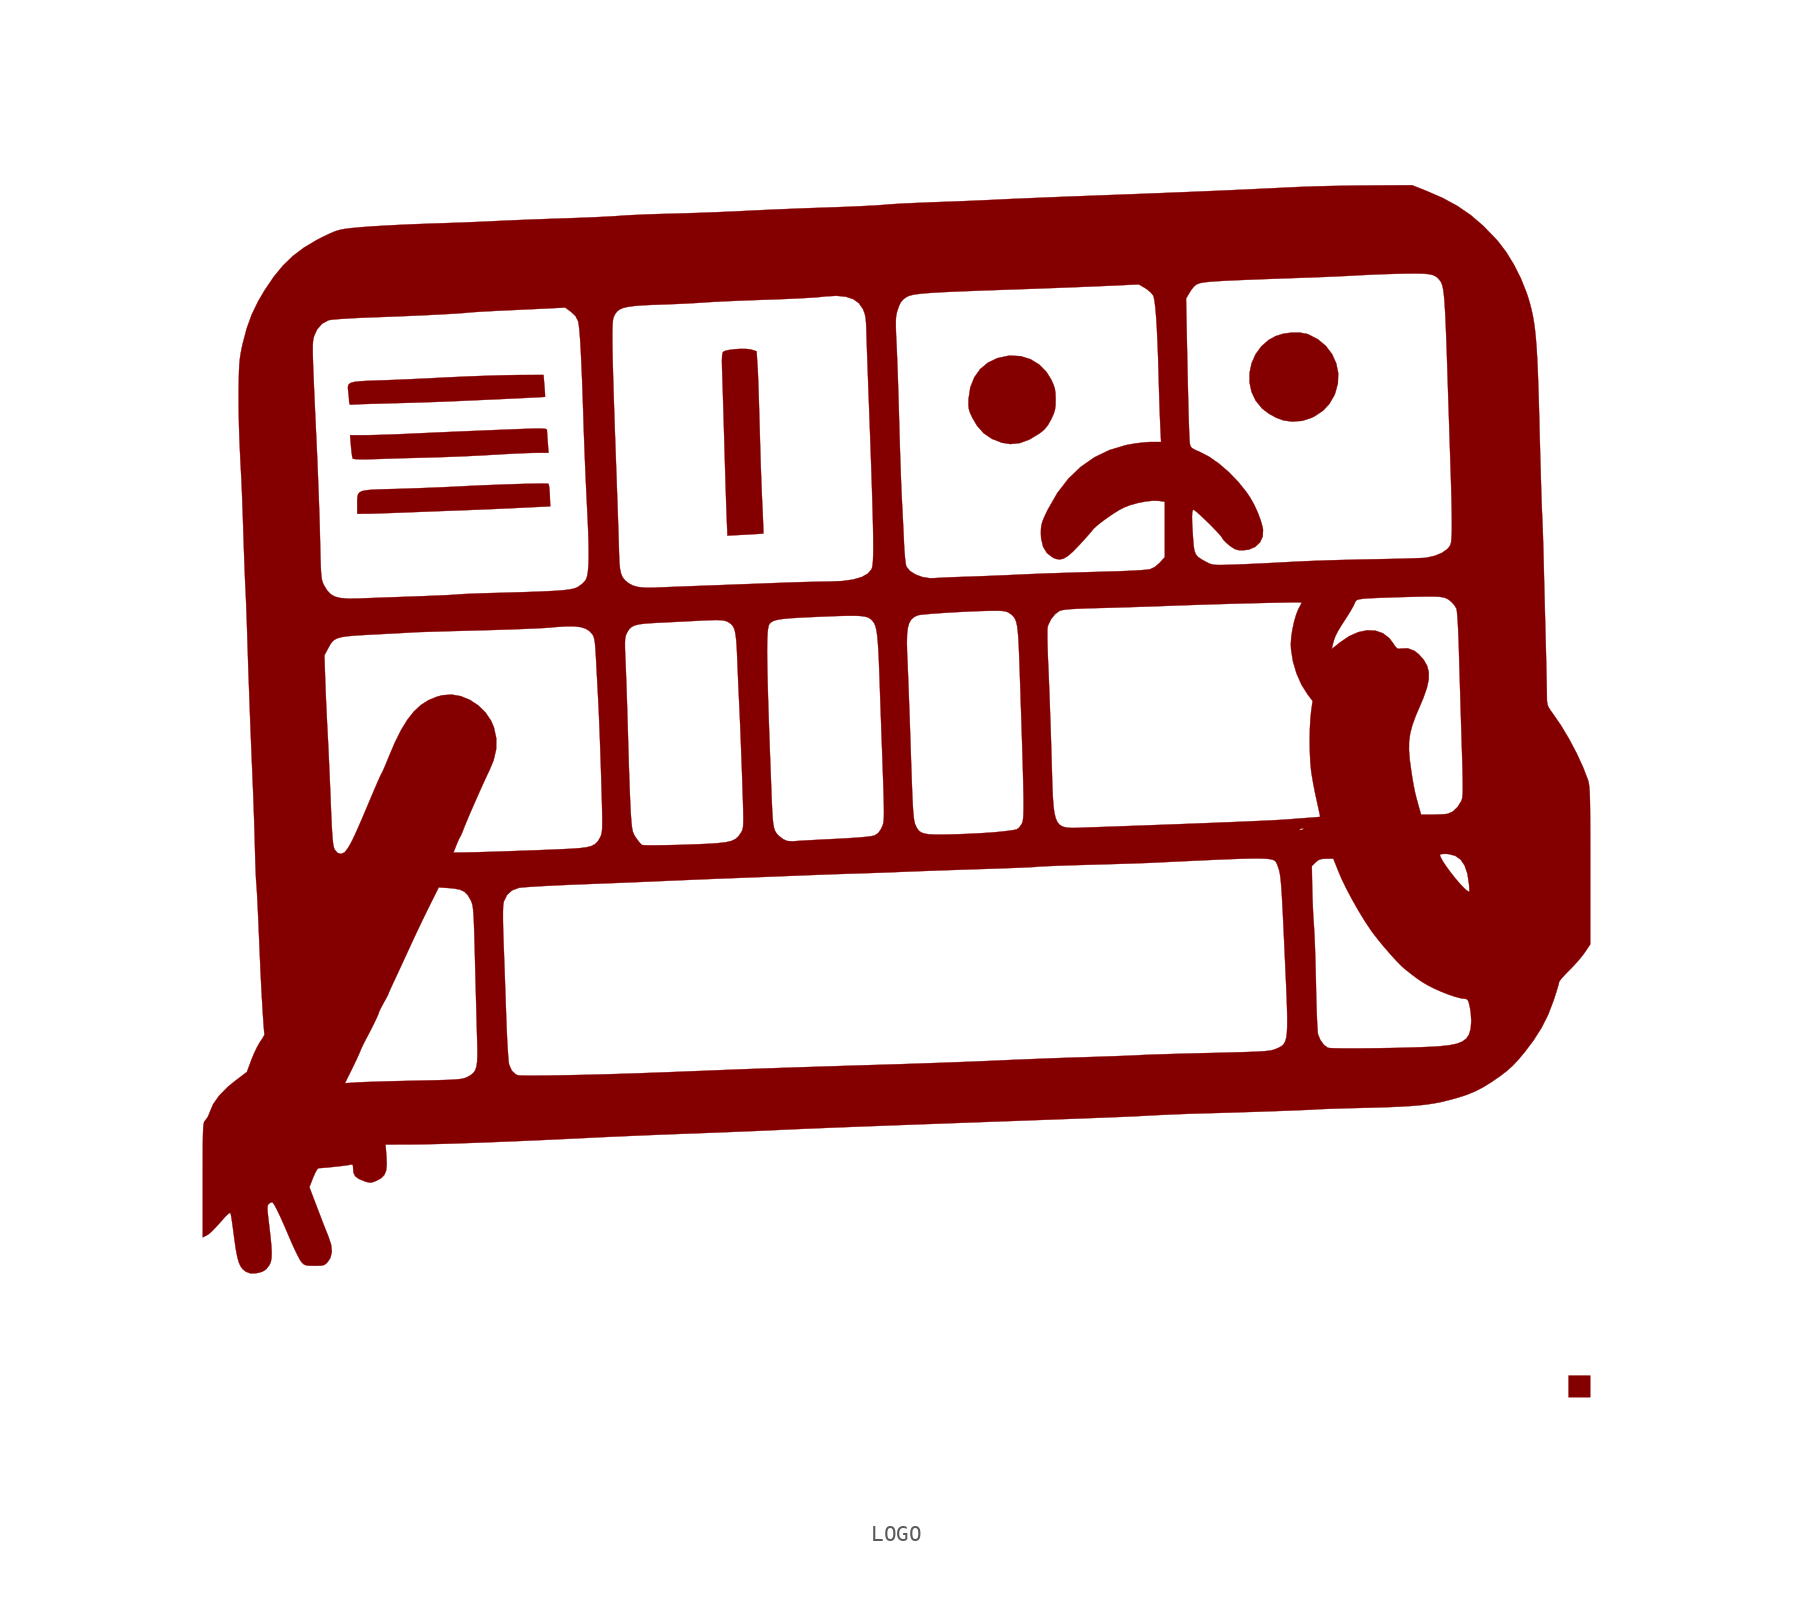
<source format=kicad_sym>
(kicad_symbol_lib
  (version 20210619)
  (generator bitmap2component)
  (symbol "LOGO"
    (pin_names
      (offset 1.016))
    (property "Reference" "#G"
      (at 0 42.714 0)
      (effects (font (size 1.27 1.27)) hide))
    (symbol "LOGO_0_0"
      (polyline (pts (xy 43.349 -41.995) (xy 41.995 -41.995) (xy 41.995 -43.349) (xy 43.349 -43.349) (xy 43.349 -41.995)) (stroke (width 0.01)) (fill (type outline)))
      (polyline (pts (xy -40.065 -35.607) (xy -39.983 -35.596) (xy -39.636 -35.511) (xy -39.391 -35.359) (xy -39.197 -35.11) (xy -39.145 -35.013) (xy -39.082 -34.826) (xy -39.048 -34.586) (xy -39.042 -34.27) (xy -39.065 -33.855) (xy -39.116 -33.319) (xy -39.195 -32.639) (xy -39.201 -32.593) (xy -39.258 -32.114) (xy -39.293 -31.774) (xy -39.306 -31.546) (xy -39.297 -31.403) (xy -39.268 -31.317) (xy -39.218 -31.263) (xy -39.132 -31.204) (xy -39.016 -31.157) (xy -38.989 -31.171) (xy -38.884 -31.315) (xy -38.724 -31.612) (xy -38.51 -32.059) (xy -38.245 -32.651) (xy -37.931 -33.385) (xy -37.826 -33.63) (xy -37.631 -34.062) (xy -37.45 -34.438) (xy -37.298 -34.725) (xy -37.193 -34.888) (xy -37.15 -34.939) (xy -37.033 -35.048) (xy -36.897 -35.107) (xy -36.69 -35.132) (xy -36.364 -35.137) (xy -36.218 -35.136) (xy -35.946 -35.126) (xy -35.773 -35.089) (xy -35.65 -35.011) (xy -35.525 -34.876) (xy -35.367 -34.626) (xy -35.282 -34.253) (xy -35.329 -33.808) (xy -35.509 -33.274) (xy -35.552 -33.169) (xy -35.675 -32.862) (xy -35.833 -32.457) (xy -36.012 -31.994) (xy -36.195 -31.515) (xy -36.686 -30.222) (xy -36.454 -29.631) (xy -36.435 -29.583) (xy -36.311 -29.307) (xy -36.2 -29.112) (xy -36.124 -29.037) (xy -35.964 -29.028) (xy -35.653 -29.003) (xy -35.284 -28.967) (xy -34.904 -28.927) (xy -34.556 -28.886) (xy -34.287 -28.85) (xy -34.142 -28.823) (xy -34.113 -28.815) (xy -34.005 -28.807) (xy -33.96 -28.89) (xy -33.951 -29.102) (xy -33.931 -29.317) (xy -33.827 -29.534) (xy -33.609 -29.703) (xy -33.251 -29.852) (xy -33.107 -29.899) (xy -32.904 -29.94) (xy -32.725 -29.914) (xy -32.481 -29.816) (xy -32.194 -29.658) (xy -32.002 -29.461) (xy -31.892 -29.194) (xy -31.852 -28.826) (xy -31.87 -28.326) (xy -31.926 -27.559) (xy -30.208 -27.553) (xy -29.992 -27.551) (xy -29.342 -27.541) (xy -28.548 -27.522) (xy -27.627 -27.495) (xy -26.596 -27.46) (xy -25.473 -27.419) (xy -24.276 -27.371) (xy -23.021 -27.319) (xy -21.728 -27.261) (xy -20.412 -27.199) (xy -19.092 -27.134) (xy -18.575 -27.108) (xy -17.776 -27.071) (xy -16.879 -27.032) (xy -15.924 -26.991) (xy -14.953 -26.951) (xy -14.006 -26.914) (xy -13.123 -26.881) (xy -12.324 -26.852) (xy -11.464 -26.819) (xy -10.611 -26.786) (xy -9.797 -26.753) (xy -9.055 -26.723) (xy -8.417 -26.695) (xy -7.916 -26.673) (xy -7.75 -26.665) (xy -7.228 -26.641) (xy -6.693 -26.617) (xy -6.136 -26.592) (xy -5.545 -26.567) (xy -4.908 -26.541) (xy -4.215 -26.513) (xy -3.453 -26.483) (xy -2.613 -26.45) (xy -1.682 -26.415) (xy -0.649 -26.376) (xy 0.497 -26.334) (xy 1.767 -26.287) (xy 3.172 -26.236) (xy 4.724 -26.179) (xy 6.435 -26.117) (xy 7.443 -26.081) (xy 8.695 -26.035) (xy 9.799 -25.995) (xy 10.767 -25.959) (xy 11.611 -25.928) (xy 12.345 -25.9) (xy 12.979 -25.876) (xy 13.526 -25.854) (xy 13.999 -25.835) (xy 14.41 -25.817) (xy 14.771 -25.801) (xy 15.094 -25.785) (xy 15.392 -25.77) (xy 15.676 -25.755) (xy 15.96 -25.739) (xy 16.453 -25.714) (xy 17.115 -25.684) (xy 17.836 -25.655) (xy 18.557 -25.629) (xy 19.219 -25.61) (xy 19.966 -25.59) (xy 20.768 -25.566) (xy 21.588 -25.541) (xy 22.405 -25.515) (xy 23.198 -25.488) (xy 23.946 -25.462) (xy 24.629 -25.437) (xy 25.225 -25.413) (xy 25.714 -25.392) (xy 26.076 -25.375) (xy 26.289 -25.361) (xy 26.464 -25.351) (xy 26.792 -25.337) (xy 27.238 -25.321) (xy 27.772 -25.304) (xy 28.368 -25.288) (xy 28.998 -25.272) (xy 29.994 -25.247) (xy 30.85 -25.219) (xy 31.579 -25.186) (xy 32.201 -25.148) (xy 32.737 -25.102) (xy 33.208 -25.047) (xy 33.636 -24.98) (xy 34.04 -24.9) (xy 34.442 -24.805) (xy 34.954 -24.669) (xy 35.589 -24.468) (xy 36.138 -24.246) (xy 36.652 -23.982) (xy 37.181 -23.654) (xy 37.677 -23.314) (xy 38.115 -22.981) (xy 38.49 -22.647) (xy 38.847 -22.271) (xy 39.232 -21.812) (xy 39.8 -21.061) (xy 40.311 -20.258) (xy 40.721 -19.442) (xy 41.057 -18.565) (xy 41.074 -18.513) (xy 41.202 -18.118) (xy 41.306 -17.78) (xy 41.376 -17.533) (xy 41.402 -17.411) (xy 41.434 -17.343) (xy 41.567 -17.172) (xy 41.778 -16.938) (xy 42.043 -16.669) (xy 42.197 -16.515) (xy 42.516 -16.171) (xy 42.805 -15.83) (xy 43.017 -15.548) (xy 43.349 -15.051) (xy 43.349 -9.789) (xy 43.349 -8.794) (xy 43.347 -7.95) (xy 43.345 -7.244) (xy 43.34 -6.66) (xy 43.333 -6.185) (xy 43.324 -5.804) (xy 43.311 -5.505) (xy 43.296 -5.272) (xy 43.276 -5.091) (xy 43.252 -4.95) (xy 43.223 -4.832) (xy 43.189 -4.726) (xy 42.911 -4.006) (xy 42.505 -3.12) (xy 42.032 -2.223) (xy 41.525 -1.374) (xy 41.012 -0.628) (xy 40.892 -0.466) (xy 40.75 -0.247) (xy 40.674 -0.056) (xy 40.644 0.173) (xy 40.639 0.506) (xy 40.637 0.684) (xy 40.631 1.038) (xy 40.622 1.517) (xy 40.609 2.096) (xy 40.594 2.751) (xy 40.576 3.458) (xy 40.557 4.191) (xy 40.548 4.556) (xy 40.526 5.394) (xy 40.504 6.258) (xy 40.482 7.107) (xy 40.462 7.905) (xy 40.445 8.611) (xy 40.431 9.186) (xy 40.426 9.392) (xy 40.409 10.002) (xy 40.391 10.59) (xy 40.372 11.119) (xy 40.355 11.552) (xy 40.339 11.853) (xy 40.333 11.981) (xy 40.32 12.303) (xy 40.304 12.763) (xy 40.286 13.345) (xy 40.265 14.03) (xy 40.243 14.8) (xy 40.22 15.637) (xy 40.197 16.524) (xy 40.173 17.441) (xy 40.167 17.702) (xy 40.135 18.886) (xy 40.103 19.918) (xy 40.07 20.814) (xy 40.034 21.591) (xy 39.995 22.262) (xy 39.949 22.843) (xy 39.897 23.35) (xy 39.838 23.798) (xy 39.768 24.202) (xy 39.688 24.577) (xy 39.597 24.938) (xy 39.492 25.302) (xy 39.364 25.691) (xy 39.008 26.575) (xy 38.577 27.431) (xy 38.096 28.214) (xy 37.592 28.874) (xy 37.428 29.059) (xy 36.658 29.853) (xy 35.876 30.522) (xy 35.042 31.093) (xy 34.117 31.594) (xy 33.062 32.052) (xy 32.216 32.385) (xy 29.464 32.37) (xy 29.376 32.37) (xy 28.59 32.362) (xy 27.763 32.349) (xy 26.938 32.332) (xy 26.157 32.312) (xy 25.461 32.289) (xy 24.892 32.265) (xy 24.302 32.236) (xy 23.206 32.183) (xy 22.134 32.132) (xy 21.066 32.083) (xy 19.978 32.035) (xy 18.85 31.988) (xy 17.66 31.939) (xy 16.387 31.888) (xy 15.009 31.835) (xy 13.505 31.778) (xy 11.853 31.716) (xy 11.8 31.714) (xy 10.957 31.682) (xy 10.095 31.649) (xy 9.246 31.615) (xy 8.441 31.581) (xy 7.712 31.55) (xy 7.089 31.523) (xy 6.604 31.5) (xy 6.082 31.474) (xy 5.411 31.444) (xy 4.744 31.414) (xy 4.135 31.389) (xy 3.641 31.37) (xy 3.305 31.358) (xy 2.432 31.326) (xy 1.7 31.298) (xy 1.091 31.272) (xy 0.582 31.249) (xy 0.154 31.226) (xy -0.213 31.204) (xy -0.54 31.18) (xy -0.847 31.154) (xy -0.947 31.146) (xy -1.313 31.122) (xy -1.808 31.095) (xy -2.403 31.067) (xy -3.067 31.038) (xy -3.772 31.011) (xy -4.487 30.986) (xy -5.286 30.959) (xy -6.176 30.925) (xy -7.094 30.888) (xy -7.991 30.85) (xy -8.818 30.812) (xy -9.525 30.777) (xy -9.777 30.764) (xy -10.596 30.726) (xy -11.496 30.689) (xy -12.414 30.655) (xy -13.288 30.627) (xy -14.055 30.606) (xy -14.515 30.595) (xy -15.181 30.574) (xy -15.821 30.55) (xy -16.4 30.525) (xy -16.881 30.5) (xy -17.23 30.476) (xy -17.3 30.47) (xy -17.665 30.446) (xy -18.16 30.419) (xy -18.754 30.39) (xy -19.417 30.362) (xy -20.119 30.335) (xy -20.828 30.311) (xy -20.888 30.309) (xy -21.644 30.283) (xy -22.429 30.255) (xy -23.203 30.225) (xy -23.926 30.196) (xy -24.558 30.168) (xy -25.061 30.144) (xy -25.445 30.125) (xy -26.148 30.094) (xy -26.907 30.062) (xy -27.654 30.035) (xy -28.321 30.012) (xy -28.98 29.991) (xy -30.046 29.952) (xy -31.052 29.908) (xy -31.976 29.86) (xy -32.796 29.811) (xy -33.49 29.76) (xy -34.036 29.709) (xy -34.164 29.695) (xy -34.533 29.646) (xy -34.832 29.584) (xy -35.116 29.493) (xy -35.439 29.355) (xy -35.856 29.153) (xy -36.24 28.956) (xy -37.032 28.483) (xy -37.72 27.963) (xy -38.337 27.365) (xy -38.916 26.659) (xy -39.487 25.816) (xy -39.892 25.126) (xy -40.29 24.302) (xy -40.602 23.441) (xy -40.856 22.479) (xy -40.917 22.2) (xy -36.476 22.2) (xy -36.472 22.418) (xy -36.462 22.586) (xy -36.447 22.716) (xy -36.427 22.822) (xy -36.402 22.914) (xy -36.372 23.006) (xy -36.204 23.37) (xy -35.894 23.726) (xy -35.487 23.948) (xy -35.464 23.954) (xy -35.27 23.982) (xy -34.937 24.013) (xy -34.488 24.044) (xy -33.949 24.075) (xy -33.343 24.104) (xy -32.693 24.129) (xy -31.948 24.156) (xy -31.053 24.191) (xy -30.187 24.228) (xy -29.369 24.265) (xy -28.62 24.303) (xy -27.959 24.339) (xy -27.408 24.372) (xy -26.985 24.403) (xy -26.712 24.429) (xy -26.677 24.433) (xy -26.45 24.451) (xy -26.093 24.474) (xy -25.638 24.5) (xy -25.114 24.528) (xy -24.553 24.555) (xy -24.526 24.556) (xy -23.905 24.585) (xy -23.266 24.615) (xy -22.658 24.643) (xy -22.126 24.669) (xy -21.717 24.689) (xy -20.701 24.739) (xy -20.346 24.48) (xy -20.065 24.219) (xy -19.898 23.9) (xy -19.897 23.895) (xy -19.855 23.671) (xy -19.813 23.294) (xy -19.779 22.859) (xy -17.755 22.859) (xy -17.753 23.235) (xy -17.747 23.535) (xy -17.735 23.767) (xy -17.718 23.941) (xy -17.696 24.065) (xy -17.67 24.149) (xy -17.663 24.166) (xy -17.569 24.352) (xy -17.454 24.502) (xy -17.297 24.62) (xy -17.082 24.713) (xy -16.79 24.783) (xy -16.401 24.836) (xy -15.899 24.876) (xy -15.264 24.908) (xy -14.478 24.935) (xy -14.217 24.944) (xy -13.604 24.969) (xy -12.98 24.999) (xy -12.404 25.031) (xy -11.938 25.063) (xy -11.836 25.07) (xy -11.431 25.095) (xy -10.899 25.122) (xy -10.272 25.15) (xy -9.579 25.179) (xy -8.854 25.206) (xy -8.128 25.231) (xy -7.824 25.241) (xy -7.124 25.267) (xy -6.457 25.296) (xy -5.85 25.326) (xy -5.33 25.357) (xy -4.925 25.385) (xy -4.661 25.411) (xy -4.474 25.434) (xy -3.756 25.474) (xy -3.169 25.419) (xy -2.704 25.267) (xy -2.353 25.016) (xy -2.106 24.662) (xy -2.067 24.577) (xy -1.986 24.356) (xy -1.933 24.105) (xy -1.907 23.828) (xy -0.044 23.828) (xy -0.033 24.099) (xy -0.005 24.308) (xy 0.038 24.485) (xy 0.152 24.828) (xy 0.271 25.073) (xy 0.42 25.246) (xy 0.628 25.396) (xy 0.664 25.417) (xy 0.775 25.466) (xy 0.922 25.511) (xy 1.117 25.551) (xy 1.371 25.587) (xy 1.698 25.622) (xy 2.11 25.654) (xy 2.617 25.685) (xy 3.234 25.717) (xy 3.971 25.749) (xy 4.84 25.783) (xy 5.855 25.82) (xy 7.027 25.861) (xy 7.234 25.868) (xy 8.134 25.899) (xy 9.061 25.933) (xy 9.984 25.967) (xy 10.868 26.001) (xy 11.683 26.033) (xy 12.393 26.062) (xy 12.968 26.088) (xy 15.141 26.187) (xy 15.529 25.959) (xy 15.662 25.872) (xy 15.894 25.675) (xy 16.041 25.492) (xy 16.065 25.428) (xy 16.092 25.299) (xy 18.093 25.299) (xy 18.32 25.687) (xy 18.409 25.826) (xy 18.579 26.042) (xy 18.723 26.168) (xy 18.724 26.169) (xy 18.802 26.207) (xy 18.891 26.242) (xy 19.001 26.273) (xy 19.145 26.301) (xy 19.334 26.327) (xy 19.578 26.352) (xy 19.889 26.376) (xy 20.279 26.4) (xy 20.759 26.425) (xy 21.341 26.451) (xy 22.035 26.48) (xy 22.852 26.511) (xy 23.805 26.546) (xy 24.905 26.585) (xy 26.162 26.629) (xy 26.351 26.636) (xy 26.964 26.661) (xy 27.65 26.692) (xy 28.337 26.725) (xy 28.956 26.759) (xy 29.139 26.768) (xy 29.808 26.8) (xy 30.539 26.828) (xy 31.254 26.849) (xy 31.877 26.862) (xy 32.443 26.866) (xy 32.905 26.857) (xy 33.249 26.829) (xy 33.502 26.775) (xy 33.689 26.691) (xy 33.838 26.569) (xy 33.973 26.406) (xy 34.018 26.337) (xy 34.071 26.222) (xy 34.118 26.068) (xy 34.159 25.862) (xy 34.196 25.592) (xy 34.23 25.243) (xy 34.261 24.804) (xy 34.292 24.261) (xy 34.322 23.6) (xy 34.353 22.809) (xy 34.386 21.876) (xy 34.422 20.786) (xy 34.439 20.266) (xy 34.47 19.299) (xy 34.503 18.307) (xy 34.535 17.321) (xy 34.566 16.375) (xy 34.594 15.501) (xy 34.619 14.73) (xy 34.64 14.097) (xy 34.643 14.006) (xy 34.663 13.318) (xy 34.68 12.647) (xy 34.692 12.023) (xy 34.7 11.476) (xy 34.701 11.037) (xy 34.697 10.737) (xy 34.697 10.726) (xy 34.681 10.345) (xy 34.657 10.09) (xy 34.613 9.919) (xy 34.539 9.79) (xy 34.425 9.66) (xy 34.403 9.638) (xy 34.076 9.409) (xy 33.629 9.227) (xy 33.105 9.11) (xy 33.069 9.106) (xy 32.86 9.093) (xy 32.513 9.079) (xy 32.053 9.063) (xy 31.502 9.048) (xy 30.885 9.034) (xy 30.226 9.02) (xy 29.85 9.013) (xy 28.776 8.992) (xy 27.829 8.969) (xy 26.977 8.945) (xy 26.188 8.917) (xy 25.43 8.886) (xy 24.67 8.849) (xy 23.876 8.806) (xy 23.773 8.8) (xy 23.133 8.767) (xy 22.425 8.733) (xy 21.727 8.703) (xy 21.119 8.679) (xy 20.679 8.665) (xy 20.288 8.656) (xy 20.006 8.659) (xy 19.803 8.677) (xy 19.646 8.713) (xy 19.503 8.77) (xy 19.341 8.852) (xy 19.064 9.004) (xy 18.845 9.155) (xy 18.703 9.322) (xy 18.618 9.544) (xy 18.568 9.859) (xy 18.532 10.305) (xy 18.502 10.756) (xy 18.474 11.282) (xy 18.465 11.666) (xy 18.476 11.921) (xy 18.505 12.063) (xy 18.554 12.107) (xy 18.624 12.07) (xy 18.795 11.932) (xy 19.033 11.718) (xy 19.311 11.455) (xy 19.602 11.169) (xy 19.88 10.886) (xy 20.118 10.633) (xy 20.288 10.437) (xy 20.364 10.324) (xy 20.419 10.236) (xy 20.581 10.063) (xy 20.802 9.873) (xy 20.878 9.815) (xy 21.12 9.658) (xy 21.343 9.585) (xy 21.625 9.568) (xy 22.031 9.618) (xy 22.424 9.792) (xy 22.714 10.069) (xy 22.881 10.431) (xy 22.904 10.856) (xy 22.879 11.007) (xy 22.757 11.447) (xy 22.57 11.944) (xy 22.339 12.444) (xy 22.087 12.888) (xy 21.864 13.215) (xy 21.348 13.857) (xy 20.766 14.458) (xy 20.151 14.989) (xy 19.535 15.42) (xy 18.95 15.723) (xy 18.945 15.725) (xy 18.643 15.857) (xy 18.464 15.963) (xy 18.373 16.073) (xy 18.333 16.214) (xy 18.318 16.353) (xy 18.302 16.624) (xy 18.285 17.023) (xy 18.266 17.557) (xy 18.246 18.232) (xy 18.225 19.052) (xy 18.202 20.025) (xy 18.177 21.156) (xy 18.15 22.45) (xy 18.093 25.299) (xy 16.092 25.299) (xy 16.121 25.161) (xy 16.173 24.734) (xy 16.223 24.153) (xy 16.269 23.423) (xy 16.31 22.551) (xy 16.348 21.543) (xy 16.381 20.405) (xy 16.383 20.31) (xy 16.401 19.669) (xy 16.421 19.013) (xy 16.442 18.389) (xy 16.462 17.843) (xy 16.48 17.42) (xy 16.532 16.341) (xy 15.92 16.341) (xy 15.775 16.337) (xy 15.363 16.304) (xy 14.896 16.245) (xy 14.449 16.169) (xy 14.318 16.141) (xy 13.298 15.834) (xy 12.357 15.378) (xy 11.499 14.777) (xy 10.728 14.034) (xy 10.048 13.152) (xy 9.464 12.135) (xy 9.403 12.012) (xy 9.23 11.648) (xy 9.119 11.375) (xy 9.056 11.147) (xy 9.028 10.917) (xy 9.02 10.639) (xy 9.037 10.308) (xy 9.159 9.793) (xy 9.402 9.396) (xy 9.764 9.118) (xy 9.965 9.033) (xy 10.205 8.998) (xy 10.448 9.056) (xy 10.717 9.22) (xy 11.037 9.499) (xy 11.43 9.906) (xy 11.708 10.21) (xy 11.961 10.494) (xy 12.154 10.716) (xy 12.258 10.846) (xy 12.313 10.912) (xy 12.521 11.105) (xy 12.821 11.345) (xy 13.175 11.604) (xy 13.545 11.857) (xy 13.895 12.075) (xy 14.187 12.233) (xy 14.582 12.388) (xy 15.068 12.524) (xy 15.57 12.622) (xy 16.031 12.671) (xy 16.395 12.66) (xy 16.764 12.605) (xy 16.764 9.145) (xy 16.459 8.806) (xy 16.429 8.775) (xy 16.136 8.528) (xy 15.845 8.39) (xy 15.819 8.385) (xy 15.609 8.358) (xy 15.267 8.331) (xy 14.824 8.304) (xy 14.311 8.28) (xy 13.758 8.26) (xy 12.898 8.235) (xy 11.991 8.209) (xy 11.216 8.185) (xy 10.556 8.165) (xy 9.989 8.146) (xy 9.496 8.13) (xy 9.057 8.114) (xy 8.653 8.098) (xy 8.264 8.082) (xy 7.87 8.064) (xy 7.451 8.044) (xy 7.084 8.027) (xy 6.372 7.997) (xy 5.62 7.966) (xy 4.898 7.939) (xy 4.276 7.918) (xy 3.862 7.904) (xy 3.362 7.885) (xy 2.923 7.866) (xy 2.58 7.848) (xy 2.371 7.834) (xy 2.069 7.83) (xy 1.609 7.905) (xy 1.185 8.062) (xy 0.842 8.282) (xy 0.622 8.549) (xy 0.608 8.586) (xy 0.569 8.791) (xy 0.531 9.115) (xy 0.497 9.524) (xy 0.471 9.98) (xy 0.463 10.173) (xy 0.436 10.76) (xy 0.404 11.421) (xy 0.37 12.091) (xy 0.337 12.7) (xy 0.317 13.121) (xy 0.293 13.688) (xy 0.268 14.365) (xy 0.241 15.121) (xy 0.215 15.927) (xy 0.191 16.753) (xy 0.168 17.568) (xy 0.147 18.357) (xy 0.122 19.191) (xy 0.096 20.011) (xy 0.069 20.785) (xy 0.044 21.481) (xy 0.02 22.071) (xy -0.001 22.521) (xy -0.024 22.988) (xy -0.041 23.467) (xy -0.044 23.828) (xy -1.907 23.828) (xy -1.902 23.777) (xy -1.884 23.326) (xy -1.877 23.077) (xy -1.863 22.626) (xy -1.844 22.069) (xy -1.822 21.44) (xy -1.798 20.775) (xy -1.773 20.108) (xy -1.769 19.983) (xy -1.708 18.358) (xy -1.654 16.893) (xy -1.607 15.58) (xy -1.566 14.41) (xy -1.532 13.374) (xy -1.504 12.465) (xy -1.482 11.674) (xy -1.466 10.992) (xy -1.456 10.411) (xy -1.452 9.922) (xy -1.453 9.518) (xy -1.46 9.188) (xy -1.471 8.926) (xy -1.488 8.723) (xy -1.51 8.569) (xy -1.537 8.458) (xy -1.568 8.379) (xy -1.792 8.115) (xy -2.178 7.9) (xy -2.717 7.745) (xy -3.407 7.651) (xy -4.246 7.619) (xy -4.394 7.618) (xy -4.849 7.611) (xy -5.415 7.599) (xy -6.051 7.581) (xy -6.715 7.56) (xy -7.366 7.537) (xy -7.71 7.523) (xy -8.471 7.494) (xy -9.318 7.462) (xy -10.194 7.429) (xy -11.043 7.397) (xy -11.811 7.369) (xy -12.42 7.346) (xy -13.078 7.322) (xy -13.696 7.298) (xy -14.242 7.277) (xy -14.682 7.259) (xy -14.986 7.245) (xy -15.258 7.236) (xy -15.777 7.24) (xy -16.177 7.286) (xy -16.49 7.379) (xy -16.748 7.524) (xy -16.953 7.691) (xy -17.105 7.876) (xy -17.209 8.109) (xy -17.277 8.421) (xy -17.316 8.84) (xy -17.337 9.398) (xy -17.338 9.444) (xy -17.348 9.812) (xy -17.364 10.32) (xy -17.383 10.939) (xy -17.407 11.645) (xy -17.433 12.41) (xy -17.461 13.208) (xy -17.489 14.012) (xy -17.509 14.561) (xy -17.562 16.027) (xy -17.608 17.337) (xy -17.647 18.498) (xy -17.68 19.521) (xy -17.706 20.413) (xy -17.727 21.184) (xy -17.742 21.843) (xy -17.751 22.398) (xy -17.755 22.859) (xy -19.779 22.859) (xy -19.772 22.762) (xy -19.73 22.073) (xy -19.689 21.224) (xy -19.646 20.213) (xy -19.604 19.038) (xy -19.56 17.695) (xy -19.56 17.685) (xy -19.532 16.842) (xy -19.497 15.907) (xy -19.459 14.933) (xy -19.417 13.972) (xy -19.376 13.075) (xy -19.337 12.296) (xy -19.302 11.597) (xy -19.261 10.643) (xy -19.239 9.841) (xy -19.235 9.181) (xy -19.25 8.651) (xy -19.283 8.242) (xy -19.335 7.944) (xy -19.406 7.746) (xy -19.454 7.672) (xy -19.653 7.466) (xy -19.901 7.289) (xy -19.929 7.274) (xy -20.049 7.22) (xy -20.198 7.174) (xy -20.392 7.134) (xy -20.643 7.098) (xy -20.965 7.067) (xy -21.374 7.038) (xy -21.882 7.012) (xy -22.503 6.986) (xy -23.252 6.96) (xy -24.143 6.934) (xy -25.188 6.905) (xy -25.467 6.897) (xy -26.026 6.879) (xy -26.531 6.861) (xy -26.953 6.843) (xy -27.263 6.827) (xy -27.432 6.813) (xy -27.438 6.812) (xy -27.608 6.798) (xy -27.922 6.78) (xy -28.353 6.759) (xy -28.876 6.737) (xy -29.467 6.713) (xy -30.099 6.689) (xy -30.665 6.669) (xy -31.363 6.644) (xy -32.039 6.62) (xy -32.657 6.597) (xy -33.18 6.578) (xy -33.57 6.563) (xy -33.701 6.558) (xy -34.287 6.554) (xy -34.739 6.591) (xy -35.084 6.678) (xy -35.348 6.826) (xy -35.559 7.043) (xy -35.745 7.339) (xy -35.771 7.388) (xy -35.828 7.503) (xy -35.873 7.622) (xy -35.908 7.765) (xy -35.935 7.952) (xy -35.957 8.205) (xy -35.974 8.544) (xy -35.989 8.99) (xy -36.003 9.564) (xy -36.02 10.287) (xy -36.034 10.839) (xy -36.057 11.64) (xy -36.087 12.538) (xy -36.122 13.493) (xy -36.16 14.464) (xy -36.199 15.413) (xy -36.239 16.298) (xy -36.281 17.2) (xy -36.33 18.256) (xy -36.371 19.165) (xy -36.405 19.938) (xy -36.432 20.587) (xy -36.453 21.126) (xy -36.467 21.566) (xy -36.474 21.92) (xy -36.476 22.2) (xy -40.917 22.2) (xy -40.918 22.197) (xy -40.983 21.863) (xy -41.029 21.545) (xy -41.062 21.205) (xy -41.083 20.806) (xy -41.096 20.312) (xy -41.105 19.685) (xy -41.108 19.077) (xy -41.103 18.226) (xy -41.085 17.345) (xy -41.053 16.401) (xy -41.007 15.358) (xy -40.945 14.182) (xy -40.941 14.111) (xy -40.924 13.747) (xy -40.903 13.252) (xy -40.88 12.657) (xy -40.856 11.994) (xy -40.832 11.292) (xy -40.809 10.583) (xy -40.802 10.358) (xy -40.779 9.665) (xy -40.756 9.002) (xy -40.733 8.395) (xy -40.712 7.873) (xy -40.695 7.464) (xy -40.681 7.197) (xy -40.676 7.115) (xy -40.661 6.792) (xy -40.642 6.338) (xy -40.621 5.781) (xy -40.598 5.148) (xy -40.575 4.468) (xy -40.553 3.768) (xy -40.529 3.006) (xy -35.748 3.006) (xy -35.506 3.462) (xy -35.485 3.501) (xy -35.372 3.701) (xy -35.255 3.859) (xy -35.116 3.981) (xy -34.933 4.074) (xy -34.684 4.144) (xy -34.35 4.196) (xy -33.909 4.238) (xy -33.341 4.274) (xy -32.624 4.312) (xy -32.215 4.333) (xy -31.633 4.364) (xy -31.106 4.392) (xy -30.663 4.416) (xy -30.332 4.435) (xy -30.141 4.447) (xy -30.074 4.45) (xy -29.827 4.46) (xy -29.441 4.473) (xy -28.936 4.489) (xy -28.332 4.507) (xy -27.648 4.526) (xy -26.904 4.546) (xy -26.12 4.567) (xy -25.777 4.576) (xy -24.978 4.599) (xy -24.209 4.624) (xy -23.496 4.65) (xy -22.859 4.676) (xy -22.323 4.7) (xy -21.911 4.723) (xy -21.645 4.743) (xy -21.304 4.775) (xy -20.657 4.817) (xy -20.143 4.817) (xy -19.744 4.773) (xy -19.436 4.68) (xy -19.199 4.535) (xy -19.012 4.336) (xy -19.003 4.324) (xy -18.936 4.201) (xy -18.885 4.03) (xy -18.846 3.784) (xy -16.968 3.784) (xy -16.958 4.009) (xy -16.934 4.172) (xy -16.895 4.3) (xy -16.839 4.422) (xy -16.716 4.623) (xy -16.565 4.772) (xy -16.357 4.877) (xy -16.065 4.949) (xy -15.659 4.997) (xy -15.113 5.032) (xy -14.831 5.046) (xy -14.286 5.073) (xy -13.665 5.104) (xy -13.024 5.137) (xy -12.42 5.168) (xy -12.207 5.179) (xy -11.668 5.203) (xy -11.263 5.213) (xy -10.964 5.204) (xy -10.746 5.174) (xy -10.582 5.12) (xy -10.445 5.04) (xy -10.308 4.929) (xy -10.286 4.908) (xy -10.191 4.78) (xy -10.116 4.591) (xy -10.059 4.32) (xy -10.014 3.945) (xy -9.979 3.443) (xy -9.971 3.255) (xy -8.084 3.255) (xy -8.081 3.721) (xy -8.071 4.1) (xy -8.055 4.401) (xy -8.032 4.632) (xy -8.002 4.801) (xy -7.966 4.916) (xy -7.924 4.986) (xy -7.835 5.07) (xy -7.719 5.141) (xy -7.561 5.199) (xy -7.34 5.248) (xy -7.042 5.289) (xy -6.645 5.325) (xy -6.134 5.357) (xy -5.49 5.39) (xy -4.694 5.425) (xy -4.303 5.441) (xy -3.591 5.467) (xy -3.021 5.481) (xy -2.574 5.48) (xy -2.231 5.464) (xy -1.973 5.429) (xy -1.783 5.373) (xy -1.641 5.295) (xy -1.528 5.192) (xy -1.427 5.063) (xy -1.38 4.985) (xy -1.312 4.814) (xy -1.255 4.576) (xy -1.207 4.253) (xy -1.167 3.829) (xy -1.166 3.816) (xy 0.648 3.816) (xy 0.662 4.333) (xy 0.709 4.73) (xy 0.794 5.027) (xy 0.922 5.243) (xy 1.097 5.396) (xy 1.324 5.508) (xy 1.336 5.512) (xy 1.504 5.54) (xy 1.811 5.573) (xy 2.23 5.608) (xy 2.733 5.645) (xy 3.294 5.681) (xy 3.886 5.714) (xy 4.482 5.744) (xy 5.055 5.768) (xy 5.579 5.785) (xy 6.026 5.793) (xy 6.205 5.794) (xy 6.548 5.786) (xy 6.781 5.76) (xy 6.946 5.708) (xy 7.084 5.625) (xy 7.086 5.623) (xy 7.217 5.521) (xy 7.324 5.411) (xy 7.41 5.276) (xy 7.479 5.098) (xy 7.533 4.859) (xy 7.575 4.541) (xy 7.596 4.299) (xy 9.426 4.299) (xy 9.429 4.601) (xy 9.441 4.762) (xy 9.489 4.926) (xy 9.668 5.279) (xy 9.916 5.585) (xy 10.188 5.785) (xy 10.207 5.793) (xy 10.353 5.834) (xy 10.58 5.868) (xy 10.907 5.897) (xy 11.35 5.922) (xy 11.928 5.944) (xy 12.658 5.964) (xy 12.838 5.968) (xy 13.629 5.99) (xy 14.501 6.016) (xy 15.391 6.044) (xy 16.237 6.073) (xy 16.976 6.101) (xy 17.372 6.116) (xy 18.11 6.142) (xy 18.892 6.168) (xy 19.7 6.194) (xy 20.516 6.218) (xy 21.323 6.241) (xy 22.102 6.261) (xy 22.836 6.279) (xy 23.507 6.295) (xy 24.097 6.306) (xy 24.59 6.314) (xy 24.966 6.318) (xy 25.208 6.316) (xy 25.299 6.31) (xy 25.303 6.296) (xy 25.261 6.177) (xy 25.158 5.988) (xy 25.109 5.899) (xy 24.972 5.554) (xy 24.844 5.112) (xy 24.738 4.624) (xy 24.666 4.141) (xy 24.639 3.718) (xy 24.651 3.405) (xy 27.2 3.405) (xy 27.276 3.744) (xy 27.278 3.751) (xy 27.345 3.996) (xy 27.441 4.241) (xy 27.584 4.518) (xy 27.791 4.863) (xy 28.08 5.31) (xy 28.191 5.481) (xy 28.388 5.802) (xy 28.541 6.074) (xy 28.625 6.252) (xy 28.669 6.359) (xy 28.756 6.457) (xy 28.915 6.511) (xy 29.194 6.549) (xy 29.351 6.561) (xy 29.681 6.579) (xy 30.128 6.599) (xy 30.663 6.619) (xy 31.257 6.638) (xy 31.881 6.656) (xy 31.882 6.656) (xy 32.579 6.673) (xy 33.129 6.683) (xy 33.554 6.682) (xy 33.875 6.669) (xy 34.115 6.64) (xy 34.296 6.593) (xy 34.439 6.526) (xy 34.567 6.435) (xy 34.701 6.318) (xy 34.858 6.141) (xy 34.988 5.927) (xy 35.013 5.793) (xy 35.041 5.512) (xy 35.069 5.111) (xy 35.095 4.614) (xy 35.12 4.045) (xy 35.14 3.429) (xy 35.155 2.882) (xy 35.177 2.137) (xy 35.202 1.293) (xy 35.229 0.386) (xy 35.257 -0.545) (xy 35.286 -1.465) (xy 35.313 -2.336) (xy 35.317 -2.47) (xy 35.343 -3.312) (xy 35.363 -4.004) (xy 35.376 -4.562) (xy 35.383 -5.003) (xy 35.384 -5.343) (xy 35.378 -5.599) (xy 35.364 -5.787) (xy 35.344 -5.924) (xy 35.317 -6.026) (xy 35.283 -6.11) (xy 35.058 -6.469) (xy 34.765 -6.748) (xy 34.447 -6.89) (xy 34.416 -6.896) (xy 34.179 -6.92) (xy 33.847 -6.936) (xy 33.481 -6.943) (xy 32.778 -6.943) (xy 32.651 -6.498) (xy 32.601 -6.321) (xy 32.49 -5.912) (xy 32.403 -5.557) (xy 32.33 -5.202) (xy 32.257 -4.79) (xy 32.174 -4.267) (xy 32.173 -4.259) (xy 32.073 -3.531) (xy 32.023 -2.921) (xy 32.029 -2.384) (xy 32.098 -1.876) (xy 32.235 -1.354) (xy 32.446 -0.774) (xy 32.737 -0.092) (xy 32.918 0.335) (xy 33.139 0.962) (xy 33.254 1.493) (xy 33.261 1.948) (xy 33.159 2.351) (xy 32.949 2.722) (xy 32.629 3.084) (xy 32.356 3.295) (xy 31.95 3.447) (xy 31.517 3.434) (xy 31.398 3.416) (xy 31.281 3.447) (xy 31.165 3.565) (xy 31.009 3.801) (xy 30.786 4.09) (xy 30.393 4.389) (xy 29.929 4.55) (xy 29.412 4.574) (xy 28.86 4.46) (xy 28.288 4.209) (xy 27.715 3.82) (xy 27.2 3.405) (xy 24.651 3.405) (xy 24.651 3.398) (xy 24.768 2.645) (xy 24.992 1.884) (xy 25.305 1.173) (xy 25.687 0.566) (xy 25.999 0.159) (xy 25.908 -0.507) (xy 25.861 -0.974) (xy 25.829 -1.599) (xy 25.817 -2.287) (xy 25.826 -2.983) (xy 25.855 -3.631) (xy 25.905 -4.177) (xy 25.953 -4.505) (xy 26.036 -4.984) (xy 26.136 -5.504) (xy 26.241 -5.998) (xy 26.258 -6.074) (xy 26.345 -6.465) (xy 26.414 -6.783) (xy 26.458 -6.999) (xy 26.471 -7.081) (xy 26.449 -7.085) (xy 26.297 -7.1) (xy 26.033 -7.122) (xy 25.696 -7.147) (xy 25.608 -7.153) (xy 25.178 -7.184) (xy 24.758 -7.217) (xy 24.426 -7.243) (xy 24.212 -7.258) (xy 23.785 -7.283) (xy 23.199 -7.313) (xy 22.46 -7.347) (xy 21.575 -7.385) (xy 20.547 -7.427) (xy 19.385 -7.473) (xy 18.094 -7.523) (xy 16.679 -7.576) (xy 15.907 -7.604) (xy 15.094 -7.634) (xy 14.302 -7.662) (xy 13.56 -7.689) (xy 12.9 -7.712) (xy 12.349 -7.731) (xy 11.938 -7.745) (xy 11.704 -7.754) (xy 11.277 -7.77) (xy 10.919 -7.774) (xy 10.625 -7.752) (xy 10.386 -7.692) (xy 10.197 -7.58) (xy 10.051 -7.404) (xy 9.942 -7.149) (xy 9.862 -6.804) (xy 9.806 -6.355) (xy 9.767 -5.789) (xy 9.738 -5.093) (xy 9.713 -4.255) (xy 9.685 -3.26) (xy 9.681 -3.152) (xy 9.655 -2.276) (xy 9.625 -1.37) (xy 9.594 -0.469) (xy 9.563 0.395) (xy 9.533 1.189) (xy 9.505 1.879) (xy 9.481 2.433) (xy 9.464 2.813) (xy 9.444 3.377) (xy 9.431 3.881) (xy 9.426 4.299) (xy 7.596 4.299) (xy 7.61 4.126) (xy 7.639 3.595) (xy 7.667 2.932) (xy 7.696 2.117) (xy 7.702 1.932) (xy 7.751 0.492) (xy 7.793 -0.789) (xy 7.83 -1.922) (xy 7.862 -2.916) (xy 7.887 -3.78) (xy 7.907 -4.524) (xy 7.923 -5.157) (xy 7.933 -5.69) (xy 7.938 -6.131) (xy 7.938 -6.491) (xy 7.934 -6.779) (xy 7.925 -7.004) (xy 7.912 -7.176) (xy 7.895 -7.305) (xy 7.874 -7.401) (xy 7.849 -7.472) (xy 7.822 -7.529) (xy 7.676 -7.741) (xy 7.518 -7.864) (xy 7.508 -7.867) (xy 7.336 -7.903) (xy 7.256 -7.915) (xy 25.189 -7.915) (xy 25.211 -7.86) (xy 25.258 -7.826) (xy 25.412 -7.807) (xy 25.436 -7.846) (xy 25.322 -7.897) (xy 25.313 -7.899) (xy 25.189 -7.915) (xy 7.256 -7.915) (xy 7.038 -7.947) (xy 6.654 -7.994) (xy 6.223 -8.037) (xy 5.93 -8.061) (xy 5.384 -8.097) (xy 4.762 -8.131) (xy 4.12 -8.159) (xy 3.514 -8.178) (xy 2.979 -8.19) (xy 2.452 -8.191) (xy 2.053 -8.174) (xy 1.76 -8.132) (xy 1.549 -8.059) (xy 1.399 -7.95) (xy 1.286 -7.799) (xy 1.189 -7.601) (xy 1.161 -7.531) (xy 1.128 -7.417) (xy 1.099 -7.267) (xy 1.072 -7.067) (xy 1.048 -6.801) (xy 1.025 -6.456) (xy 1.002 -6.015) (xy 0.978 -5.465) (xy 0.953 -4.79) (xy 0.924 -3.975) (xy 0.892 -3.006) (xy 0.866 -2.224) (xy 0.836 -1.324) (xy 0.805 -0.443) (xy 0.774 0.393) (xy 0.746 1.16) (xy 0.72 1.832) (xy 0.697 2.385) (xy 0.679 2.794) (xy 0.663 3.16) (xy 0.648 3.816) (xy -1.166 3.816) (xy -1.131 3.287) (xy -1.099 2.608) (xy -1.068 1.778) (xy -1.057 1.473) (xy -1.038 0.921) (xy -1.016 0.271) (xy -0.991 -0.438) (xy -0.965 -1.163) (xy -0.94 -1.863) (xy -0.925 -2.279) (xy -0.887 -3.317) (xy -0.856 -4.203) (xy -0.83 -4.951) (xy -0.81 -5.573) (xy -0.796 -6.082) (xy -0.788 -6.493) (xy -0.786 -6.816) (xy -0.789 -7.066) (xy -0.797 -7.256) (xy -0.812 -7.398) (xy -0.831 -7.505) (xy -0.857 -7.591) (xy -0.888 -7.668) (xy -0.924 -7.75) (xy -0.967 -7.841) (xy -1.143 -8.098) (xy -1.372 -8.245) (xy -1.378 -8.248) (xy -1.572 -8.29) (xy -1.922 -8.334) (xy -2.413 -8.377) (xy -3.033 -8.419) (xy -3.768 -8.459) (xy -4.178 -8.479) (xy -4.772 -8.509) (xy -5.316 -8.538) (xy -5.78 -8.564) (xy -6.135 -8.586) (xy -6.35 -8.601) (xy -6.522 -8.612) (xy -6.825 -8.59) (xy -7.077 -8.483) (xy -7.354 -8.265) (xy -7.375 -8.245) (xy -7.492 -8.12) (xy -7.582 -7.973) (xy -7.65 -7.78) (xy -7.7 -7.516) (xy -7.737 -7.157) (xy -7.767 -6.678) (xy -7.795 -6.054) (xy -7.851 -4.595) (xy -7.906 -3.136) (xy -7.953 -1.829) (xy -7.993 -0.668) (xy -8.025 0.357) (xy -8.05 1.253) (xy -8.069 2.029) (xy -8.079 2.694) (xy -8.084 3.255) (xy -9.971 3.255) (xy -9.951 2.794) (xy -9.941 2.53) (xy -9.914 1.886) (xy -9.884 1.175) (xy -9.852 0.467) (xy -9.821 -0.169) (xy -9.81 -0.398) (xy -9.786 -0.948) (xy -9.758 -1.614) (xy -9.728 -2.362) (xy -9.698 -3.157) (xy -9.668 -3.964) (xy -9.64 -4.749) (xy -9.64 -4.764) (xy -9.613 -5.556) (xy -9.592 -6.197) (xy -9.579 -6.705) (xy -9.572 -7.098) (xy -9.573 -7.394) (xy -9.582 -7.61) (xy -9.598 -7.765) (xy -9.623 -7.877) (xy -9.657 -7.963) (xy -9.7 -8.043) (xy -9.863 -8.284) (xy -10.058 -8.465) (xy -10.312 -8.587) (xy -10.661 -8.668) (xy -11.142 -8.723) (xy -11.485 -8.749) (xy -11.93 -8.773) (xy -12.445 -8.796) (xy -13.004 -8.817) (xy -13.579 -8.834) (xy -14.145 -8.848) (xy -14.674 -8.858) (xy -15.141 -8.863) (xy -15.518 -8.862) (xy -15.779 -8.854) (xy -15.897 -8.84) (xy -15.956 -8.794) (xy -16.098 -8.635) (xy -16.263 -8.414) (xy -16.338 -8.301) (xy -16.425 -8.142) (xy -16.486 -7.967) (xy -16.529 -7.737) (xy -16.563 -7.414) (xy -16.597 -6.961) (xy -16.599 -6.939) (xy -16.619 -6.595) (xy -16.641 -6.11) (xy -16.666 -5.511) (xy -16.691 -4.824) (xy -16.717 -4.075) (xy -16.741 -3.291) (xy -16.764 -2.498) (xy -16.786 -1.716) (xy -16.811 -0.877) (xy -16.836 -0.051) (xy -16.862 0.731) (xy -16.886 1.437) (xy -16.909 2.036) (xy -16.928 2.497) (xy -16.951 3.041) (xy -16.966 3.47) (xy -16.968 3.784) (xy -18.846 3.784) (xy -18.845 3.78) (xy -18.813 3.422) (xy -18.783 2.925) (xy -18.765 2.592) (xy -18.735 2.015) (xy -18.7 1.367) (xy -18.665 0.704) (xy -18.632 0.085) (xy -18.615 -0.263) (xy -18.589 -0.851) (xy -18.56 -1.55) (xy -18.53 -2.326) (xy -18.501 -3.147) (xy -18.473 -3.979) (xy -18.447 -4.79) (xy -18.424 -5.577) (xy -18.405 -6.261) (xy -18.392 -6.81) (xy -18.386 -7.241) (xy -18.387 -7.571) (xy -18.394 -7.819) (xy -18.409 -8.001) (xy -18.431 -8.134) (xy -18.461 -8.237) (xy -18.499 -8.326) (xy -18.53 -8.39) (xy -18.668 -8.618) (xy -18.835 -8.785) (xy -19.06 -8.904) (xy -19.371 -8.984) (xy -19.794 -9.038) (xy -20.36 -9.077) (xy -20.525 -9.085) (xy -21.003 -9.107) (xy -21.588 -9.132) (xy -22.253 -9.159) (xy -22.969 -9.185) (xy -23.709 -9.212) (xy -24.446 -9.237) (xy -25.152 -9.26) (xy -25.8 -9.28) (xy -26.361 -9.296) (xy -26.808 -9.306) (xy -27.113 -9.311) (xy -27.683 -9.313) (xy -27.508 -8.869) (xy -27.433 -8.685) (xy -27.333 -8.462) (xy -27.267 -8.34) (xy -27.223 -8.261) (xy -27.133 -8.056) (xy -27.029 -7.789) (xy -26.976 -7.653) (xy -26.841 -7.325) (xy -26.66 -6.898) (xy -26.447 -6.407) (xy -26.217 -5.885) (xy -25.986 -5.367) (xy -25.769 -4.888) (xy -25.581 -4.481) (xy -25.437 -4.18) (xy -25.176 -3.558) (xy -25.013 -2.855) (xy -25.007 -2.172) (xy -25.156 -1.489) (xy -25.331 -1.079) (xy -25.683 -0.559) (xy -26.135 -0.118) (xy -26.659 0.227) (xy -27.228 0.459) (xy -27.813 0.559) (xy -28.388 0.513) (xy -28.728 0.421) (xy -29.25 0.206) (xy -29.723 -0.097) (xy -30.159 -0.502) (xy -30.569 -1.022) (xy -30.964 -1.669) (xy -31.356 -2.459) (xy -31.756 -3.403) (xy -31.878 -3.703) (xy -32.011 -4.02) (xy -32.114 -4.251) (xy -32.171 -4.36) (xy -32.21 -4.432) (xy -32.307 -4.64) (xy -32.447 -4.956) (xy -32.618 -5.351) (xy -32.808 -5.8) (xy -33.137 -6.579) (xy -33.414 -7.231) (xy -33.644 -7.758) (xy -33.833 -8.179) (xy -33.989 -8.509) (xy -34.12 -8.764) (xy -34.235 -8.962) (xy -34.34 -9.118) (xy -34.444 -9.25) (xy -34.506 -9.312) (xy -34.718 -9.4) (xy -34.929 -9.335) (xy -35.106 -9.123) (xy -35.141 -9.038) (xy -35.178 -8.895) (xy -35.21 -8.688) (xy -35.239 -8.402) (xy -35.267 -8.017) (xy -35.295 -7.516) (xy -35.324 -6.882) (xy -35.356 -6.096) (xy -35.361 -5.971) (xy -35.392 -5.196) (xy -35.427 -4.393) (xy -35.462 -3.602) (xy -35.496 -2.862) (xy -35.528 -2.213) (xy -35.555 -1.693) (xy -35.575 -1.326) (xy -35.61 -0.614) (xy -35.644 0.138) (xy -35.674 0.86) (xy -35.697 1.482) (xy -35.748 3.006) (xy -40.529 3.006) (xy -40.504 2.215) (xy -40.374 -1.387) (xy -40.22 -5.122) (xy -40.219 -5.13) (xy -40.191 -5.819) (xy -40.162 -6.612) (xy -40.134 -7.445) (xy -40.109 -8.254) (xy -40.09 -8.975) (xy -40.081 -9.298) (xy -40.077 -9.444) (xy 33.951 -9.444) (xy 33.96 -9.433) (xy 34.08 -9.408) (xy 34.293 -9.398) (xy 34.479 -9.407) (xy 34.907 -9.514) (xy 35.245 -9.751) (xy 35.499 -10.123) (xy 35.674 -10.636) (xy 35.774 -11.297) (xy 35.789 -11.495) (xy 35.797 -11.692) (xy 35.791 -11.769) (xy 35.777 -11.767) (xy 35.632 -11.682) (xy 35.421 -11.488) (xy 35.165 -11.213) (xy 34.888 -10.885) (xy 34.61 -10.532) (xy 34.356 -10.184) (xy 34.146 -9.867) (xy 34.004 -9.611) (xy 33.951 -9.444) (xy -40.077 -9.444) (xy -40.065 -9.856) (xy -40.048 -10.354) (xy -40.031 -10.765) (xy -40.016 -11.063) (xy -40.004 -11.218) (xy -39.995 -11.295) (xy -39.978 -11.54) (xy -39.956 -11.911) (xy -39.931 -12.38) (xy -39.905 -12.92) (xy -39.879 -13.504) (xy -39.869 -13.738) (xy -39.841 -14.391) (xy -39.813 -15.04) (xy -39.788 -15.645) (xy -39.765 -16.162) (xy -39.748 -16.552) (xy -39.741 -16.712) (xy -39.715 -17.258) (xy -39.685 -17.836) (xy -39.653 -18.421) (xy -39.619 -18.987) (xy -39.587 -19.51) (xy -39.556 -19.964) (xy -39.529 -20.325) (xy -39.507 -20.567) (xy -39.493 -20.665) (xy -39.508 -20.725) (xy -39.599 -20.89) (xy -39.747 -21.113) (xy -39.798 -21.189) (xy -39.969 -21.496) (xy -40.151 -21.877) (xy -40.31 -22.266) (xy -40.59 -23.021) (xy -41.386 -23.629) (xy -41.505 -23.727) (xy -34.464 -23.727) (xy -34.03 -22.849) (xy -33.878 -22.536) (xy -33.71 -22.182) (xy -33.579 -21.895) (xy -33.504 -21.717) (xy -33.443 -21.569) (xy -33.313 -21.293) (xy -33.162 -20.997) (xy -33.034 -20.757) (xy -32.825 -20.352) (xy -32.636 -19.974) (xy -32.483 -19.654) (xy -32.38 -19.423) (xy -32.343 -19.31) (xy -32.343 -19.307) (xy -32.299 -19.194) (xy -32.193 -18.98) (xy -32.046 -18.711) (xy -32.034 -18.689) (xy -31.89 -18.43) (xy -31.789 -18.236) (xy -31.75 -18.149) (xy -31.748 -18.139) (xy -31.698 -18.017) (xy -31.598 -17.791) (xy -31.464 -17.501) (xy -31.294 -17.138) (xy -31.096 -16.711) (xy -30.924 -16.341) (xy -30.919 -16.328) (xy -30.781 -16.029) (xy -30.596 -15.629) (xy -30.389 -15.18) (xy -30.182 -14.732) (xy -29.967 -14.271) (xy -29.69 -13.69) (xy -29.405 -13.102) (xy -29.149 -12.582) (xy -28.605 -11.491) (xy -27.921 -11.538) (xy -27.67 -11.56) (xy -27.284 -11.632) (xy -27.005 -11.761) (xy -26.794 -11.97) (xy -26.61 -12.281) (xy -26.591 -12.322) (xy -26.547 -12.424) (xy -26.511 -12.54) (xy -26.481 -12.687) (xy -26.456 -12.883) (xy -26.445 -13.015) (xy -24.591 -13.015) (xy -24.577 -12.637) (xy -24.548 -12.423) (xy -24.531 -12.364) (xy -24.331 -11.957) (xy -24.022 -11.678) (xy -23.598 -11.521) (xy -23.569 -11.516) (xy -23.349 -11.492) (xy -22.986 -11.464) (xy -22.502 -11.433) (xy -21.917 -11.4) (xy -21.252 -11.367) (xy -20.53 -11.334) (xy -19.77 -11.303) (xy -19.015 -11.274) (xy -18.158 -11.241) (xy -17.306 -11.207) (xy -16.492 -11.174) (xy -15.749 -11.143) (xy -15.109 -11.116) (xy -14.605 -11.094) (xy -14.254 -11.078) (xy -13.575 -11.049) (xy -12.807 -11.016) (xy -11.998 -10.983) (xy -11.198 -10.951) (xy -10.456 -10.922) (xy -10.044 -10.907) (xy -9.241 -10.876) (xy -8.396 -10.843) (xy -7.562 -10.81) (xy -6.792 -10.779) (xy -6.138 -10.753) (xy -6.105 -10.752) (xy -5.414 -10.725) (xy -4.663 -10.697) (xy -3.91 -10.67) (xy -3.211 -10.646) (xy -2.625 -10.627) (xy -2.247 -10.616) (xy -1.645 -10.596) (xy -1.056 -10.576) (xy -0.533 -10.557) (xy -0.127 -10.541) (xy 0.334 -10.521) (xy 1.022 -10.494) (xy 1.782 -10.466) (xy 2.635 -10.435) (xy 3.599 -10.402) (xy 4.694 -10.365) (xy 5.939 -10.325) (xy 6.265 -10.314) (xy 6.91 -10.291) (xy 7.497 -10.269) (xy 8.003 -10.247) (xy 8.407 -10.228) (xy 8.686 -10.212) (xy 8.817 -10.2) (xy 8.931 -10.19) (xy 9.197 -10.175) (xy 9.593 -10.158) (xy 10.099 -10.139) (xy 10.693 -10.118) (xy 11.355 -10.098) (xy 12.065 -10.077) (xy 12.634 -10.061) (xy 13.365 -10.04) (xy 14.057 -10.019) (xy 14.685 -9.999) (xy 15.221 -9.981) (xy 15.641 -9.966) (xy 15.917 -9.955) (xy 16.881 -9.908) (xy 18.078 -9.851) (xy 19.123 -9.802) (xy 20.029 -9.761) (xy 20.804 -9.729) (xy 21.46 -9.705) (xy 22.006 -9.691) (xy 22.454 -9.685) (xy 22.814 -9.689) (xy 23.096 -9.701) (xy 23.312 -9.723) (xy 23.47 -9.755) (xy 23.583 -9.796) (xy 23.66 -9.848) (xy 23.712 -9.909) (xy 23.749 -9.98) (xy 23.782 -10.061) (xy 23.823 -10.165) (xy 25.95 -10.165) (xy 26.181 -9.933) (xy 26.357 -9.789) (xy 26.558 -9.718) (xy 26.853 -9.698) (xy 27.293 -9.694) (xy 27.652 -10.587) (xy 27.819 -10.974) (xy 28.117 -11.588) (xy 28.472 -12.258) (xy 28.858 -12.937) (xy 29.249 -13.58) (xy 29.62 -14.139) (xy 29.772 -14.35) (xy 30.093 -14.765) (xy 30.457 -15.207) (xy 30.834 -15.644) (xy 31.196 -16.042) (xy 31.515 -16.37) (xy 31.762 -16.595) (xy 31.785 -16.613) (xy 32.216 -16.953) (xy 32.562 -17.211) (xy 32.865 -17.414) (xy 33.166 -17.591) (xy 33.505 -17.768) (xy 33.561 -17.796) (xy 34 -17.995) (xy 34.458 -18.176) (xy 34.892 -18.323) (xy 35.261 -18.421) (xy 35.521 -18.457) (xy 35.595 -18.464) (xy 35.686 -18.52) (xy 35.753 -18.668) (xy 35.82 -18.944) (xy 35.881 -19.308) (xy 35.915 -19.846) (xy 35.879 -20.321) (xy 35.773 -20.687) (xy 35.771 -20.69) (xy 35.608 -20.932) (xy 35.365 -21.118) (xy 35.02 -21.255) (xy 34.552 -21.352) (xy 33.938 -21.418) (xy 33.773 -21.43) (xy 33.338 -21.453) (xy 32.806 -21.475) (xy 32.201 -21.495) (xy 31.544 -21.512) (xy 30.858 -21.527) (xy 30.165 -21.538) (xy 29.486 -21.547) (xy 28.843 -21.552) (xy 28.26 -21.553) (xy 27.758 -21.55) (xy 27.358 -21.542) (xy 27.084 -21.53) (xy 26.957 -21.512) (xy 26.94 -21.505) (xy 26.693 -21.313) (xy 26.479 -21.015) (xy 26.34 -20.669) (xy 26.329 -20.603) (xy 26.308 -20.362) (xy 26.287 -19.988) (xy 26.265 -19.503) (xy 26.245 -18.93) (xy 26.227 -18.291) (xy 26.213 -17.611) (xy 26.208 -17.354) (xy 26.191 -16.631) (xy 26.172 -15.926) (xy 26.15 -15.268) (xy 26.127 -14.689) (xy 26.104 -14.218) (xy 26.083 -13.885) (xy 26.074 -13.768) (xy 26.043 -13.281) (xy 26.015 -12.706) (xy 25.992 -12.104) (xy 25.977 -11.538) (xy 25.95 -10.165) (xy 23.823 -10.165) (xy 23.823 -10.166) (xy 23.868 -10.289) (xy 23.907 -10.418) (xy 23.941 -10.566) (xy 23.972 -10.749) (xy 24.001 -10.978) (xy 24.028 -11.267) (xy 24.056 -11.631) (xy 24.084 -12.082) (xy 24.114 -12.635) (xy 24.148 -13.302) (xy 24.186 -14.098) (xy 24.229 -15.036) (xy 24.279 -16.129) (xy 24.304 -16.674) (xy 24.348 -17.651) (xy 24.382 -18.479) (xy 24.405 -19.171) (xy 24.415 -19.74) (xy 24.412 -20.201) (xy 24.393 -20.566) (xy 24.359 -20.849) (xy 24.306 -21.063) (xy 24.234 -21.222) (xy 24.142 -21.339) (xy 24.027 -21.428) (xy 23.89 -21.501) (xy 23.727 -21.573) (xy 23.657 -21.602) (xy 23.545 -21.64) (xy 23.41 -21.672) (xy 23.238 -21.699) (xy 23.012 -21.723) (xy 22.715 -21.743) (xy 22.331 -21.761) (xy 21.844 -21.779) (xy 21.236 -21.797) (xy 20.492 -21.816) (xy 19.596 -21.838) (xy 19.146 -21.849) (xy 18.356 -21.869) (xy 17.608 -21.889) (xy 16.923 -21.909) (xy 16.322 -21.928) (xy 15.828 -21.945) (xy 15.46 -21.959) (xy 15.24 -21.971) (xy 15.138 -21.977) (xy 14.821 -21.992) (xy 14.374 -22.011) (xy 13.823 -22.032) (xy 13.195 -22.054) (xy 12.516 -22.077) (xy 11.811 -22.099) (xy 11.039 -22.124) (xy 10.09 -22.157) (xy 9.086 -22.194) (xy 8.084 -22.234) (xy 7.139 -22.273) (xy 6.308 -22.31) (xy 5.862 -22.33) (xy 5.103 -22.362) (xy 4.23 -22.396) (xy 3.275 -22.432) (xy 2.27 -22.468) (xy 1.248 -22.503) (xy 0.24 -22.537) (xy -0.72 -22.566) (xy -1.72 -22.596) (xy -3.268 -22.644) (xy -4.674 -22.688) (xy -5.952 -22.729) (xy -7.119 -22.767) (xy -8.191 -22.804) (xy -9.184 -22.839) (xy -10.115 -22.874) (xy -10.999 -22.909) (xy -11.853 -22.943) (xy -12.192 -22.957) (xy -12.978 -22.988) (xy -13.847 -23.022) (xy -14.743 -23.056) (xy -15.607 -23.087) (xy -16.383 -23.115) (xy -16.683 -23.125) (xy -17.558 -23.152) (xy -18.437 -23.177) (xy -19.302 -23.199) (xy -20.137 -23.217) (xy -20.922 -23.232) (xy -21.643 -23.243) (xy -22.28 -23.249) (xy -22.818 -23.252) (xy -23.238 -23.249) (xy -23.523 -23.242) (xy -23.656 -23.229) (xy -23.789 -23.173) (xy -24.04 -22.939) (xy -24.205 -22.564) (xy -24.213 -22.526) (xy -24.241 -22.308) (xy -24.27 -21.952) (xy -24.301 -21.483) (xy -24.332 -20.926) (xy -24.36 -20.305) (xy -24.385 -19.643) (xy -24.406 -19.025) (xy -24.436 -18.169) (xy -24.467 -17.277) (xy -24.498 -16.4) (xy -24.527 -15.59) (xy -24.553 -14.897) (xy -24.574 -14.271) (xy -24.59 -13.56) (xy -24.591 -13.015) (xy -26.445 -13.015) (xy -26.434 -13.145) (xy -26.415 -13.49) (xy -26.397 -13.935) (xy -26.379 -14.498) (xy -26.359 -15.195) (xy -26.337 -16.044) (xy -26.317 -16.833) (xy -26.295 -17.667) (xy -26.273 -18.487) (xy -26.252 -19.261) (xy -26.233 -19.957) (xy -26.217 -20.547) (xy -26.204 -20.997) (xy -26.193 -21.387) (xy -26.188 -21.942) (xy -26.203 -22.365) (xy -26.246 -22.68) (xy -26.322 -22.91) (xy -26.436 -23.08) (xy -26.597 -23.213) (xy -26.809 -23.333) (xy -26.852 -23.354) (xy -26.958 -23.398) (xy -27.083 -23.434) (xy -27.245 -23.463) (xy -27.465 -23.486) (xy -27.76 -23.506) (xy -28.148 -23.522) (xy -28.65 -23.538) (xy -29.284 -23.553) (xy -30.068 -23.569) (xy -30.515 -23.578) (xy -31.23 -23.595) (xy -31.907 -23.613) (xy -32.522 -23.631) (xy -33.047 -23.648) (xy -33.455 -23.663) (xy -33.721 -23.677) (xy -34.464 -23.727) (xy -41.505 -23.727) (xy -41.783 -23.954) (xy -42.319 -24.496) (xy -42.703 -25.038) (xy -42.926 -25.57) (xy -42.934 -25.598) (xy -43.043 -25.849) (xy -43.18 -26.035) (xy -43.218 -26.074) (xy -43.253 -26.129) (xy -43.281 -26.212) (xy -43.303 -26.339) (xy -43.319 -26.526) (xy -43.331 -26.788) (xy -43.34 -27.141) (xy -43.345 -27.6) (xy -43.348 -28.182) (xy -43.349 -28.902) (xy -43.349 -29.776) (xy -43.349 -33.363) (xy -43.117 -33.242) (xy -43.038 -33.198) (xy -42.919 -33.111) (xy -42.774 -32.98) (xy -42.583 -32.784) (xy -42.324 -32.502) (xy -41.977 -32.111) (xy -41.838 -31.967) (xy -41.692 -31.846) (xy -41.618 -31.828) (xy -41.603 -31.881) (xy -41.567 -32.08) (xy -41.518 -32.398) (xy -41.461 -32.805) (xy -41.4 -33.27) (xy -41.363 -33.555) (xy -41.277 -34.14) (xy -41.19 -34.588) (xy -41.096 -34.923) (xy -40.987 -35.167) (xy -40.856 -35.344) (xy -40.696 -35.475) (xy -40.622 -35.521) (xy -40.371 -35.611) (xy -40.065 -35.607)) (stroke (width 0.01)) (fill (type outline)))
      (polyline (pts (xy -33.168 11.856) (xy -33.062 11.857) (xy -32.748 11.864) (xy -32.314 11.877) (xy -31.791 11.895) (xy -31.212 11.916) (xy -30.607 11.939) (xy -30.477 11.944) (xy -29.772 11.972) (xy -29.024 12.001) (xy -28.286 12.029) (xy -27.61 12.054) (xy -27.051 12.075) (xy -27.018 12.076) (xy -26.437 12.098) (xy -25.747 12.126) (xy -25.003 12.158) (xy -24.263 12.192) (xy -23.581 12.224) (xy -21.634 12.319) (xy -21.662 12.996) (xy -21.666 13.084) (xy -21.687 13.393) (xy -21.715 13.622) (xy -21.745 13.726) (xy -21.779 13.734) (xy -21.962 13.742) (xy -22.285 13.743) (xy -22.73 13.737) (xy -23.276 13.724) (xy -23.906 13.706) (xy -24.6 13.682) (xy -25.34 13.654) (xy -26.106 13.622) (xy -26.88 13.586) (xy -27.644 13.547) (xy -27.743 13.542) (xy -28.382 13.512) (xy -29.123 13.481) (xy -29.91 13.451) (xy -30.686 13.425) (xy -31.395 13.404) (xy -31.71 13.396) (xy -32.326 13.379) (xy -32.8 13.357) (xy -33.15 13.324) (xy -33.395 13.271) (xy -33.554 13.19) (xy -33.645 13.073) (xy -33.686 12.912) (xy -33.698 12.699) (xy -33.697 12.427) (xy -33.697 11.853) (xy -33.168 11.856)) (stroke (width 0.01)) (fill (type outline)))
      (polyline (pts (xy -33.065 15.258) (xy -32.523 15.272) (xy -32.443 15.275) (xy -31.894 15.293) (xy -31.236 15.314) (xy -30.521 15.335) (xy -29.8 15.354) (xy -29.125 15.372) (xy -28.409 15.393) (xy -27.584 15.424) (xy -26.728 15.46) (xy -25.907 15.501) (xy -25.188 15.541) (xy -24.985 15.553) (xy -24.372 15.588) (xy -23.779 15.618) (xy -23.243 15.641) (xy -22.802 15.657) (xy -22.491 15.662) (xy -21.742 15.663) (xy -21.791 16.32) (xy -21.795 16.379) (xy -21.818 16.701) (xy -21.835 16.956) (xy -21.842 17.093) (xy -21.842 17.096) (xy -21.87 17.137) (xy -21.962 17.164) (xy -22.139 17.178) (xy -22.422 17.181) (xy -22.831 17.173) (xy -23.389 17.154) (xy -23.589 17.146) (xy -24.577 17.108) (xy -25.688 17.063) (xy -26.884 17.013) (xy -28.128 16.96) (xy -29.381 16.904) (xy -30.607 16.848) (xy -30.622 16.847) (xy -31.226 16.821) (xy -31.835 16.799) (xy -32.408 16.781) (xy -32.899 16.769) (xy -33.265 16.765) (xy -34.145 16.764) (xy -34.087 16.074) (xy -34.079 15.978) (xy -34.045 15.66) (xy -34.01 15.42) (xy -33.98 15.302) (xy -33.961 15.291) (xy -33.802 15.267) (xy -33.497 15.256) (xy -33.065 15.258)) (stroke (width 0.01)) (fill (type outline)))
      (polyline (pts (xy -33.988 18.677) (xy -33.731 18.69) (xy -33.352 18.706) (xy -32.873 18.722) (xy -32.317 18.738) (xy -31.708 18.754) (xy -31.332 18.764) (xy -30.574 18.785) (xy -29.79 18.809) (xy -29.029 18.834) (xy -28.34 18.859) (xy -27.771 18.882) (xy -26.927 18.92) (xy -25.813 18.97) (xy -24.829 19.014) (xy -23.98 19.054) (xy -23.272 19.088) (xy -22.71 19.116) (xy -22.3 19.137) (xy -22.048 19.153) (xy -21.959 19.161) (xy -21.958 19.17) (xy -21.961 19.296) (xy -21.976 19.538) (xy -22 19.854) (xy -22.056 20.532) (xy -23.326 20.527) (xy -23.552 20.526) (xy -24.454 20.511) (xy -25.494 20.483) (xy -26.65 20.441) (xy -27.896 20.386) (xy -29.21 20.32) (xy -29.576 20.301) (xy -30.25 20.27) (xy -30.984 20.238) (xy -31.712 20.209) (xy -32.367 20.186) (xy -32.507 20.182) (xy -33.102 20.16) (xy -33.551 20.134) (xy -33.873 20.096) (xy -34.088 20.04) (xy -34.214 19.958) (xy -34.272 19.844) (xy -34.279 19.69) (xy -34.257 19.488) (xy -34.247 19.407) (xy -34.217 19.11) (xy -34.205 18.872) (xy -34.181 18.71) (xy -34.099 18.666) (xy -34.099 18.666) (xy -33.988 18.677)) (stroke (width 0.01)) (fill (type outline)))
      (polyline (pts (xy -9.453 10.547) (xy -9.363 10.552) (xy -8.96 10.575) (xy -8.631 10.595) (xy -8.406 10.612) (xy -8.319 10.622) (xy -8.318 10.624) (xy -8.317 10.728) (xy -8.323 10.972) (xy -8.336 11.33) (xy -8.354 11.775) (xy -8.378 12.283) (xy -8.396 12.666) (xy -8.427 13.396) (xy -8.457 14.179) (xy -8.484 14.945) (xy -8.505 15.621) (xy -8.513 15.903) (xy -8.541 16.895) (xy -8.565 17.736) (xy -8.585 18.445) (xy -8.603 19.035) (xy -8.618 19.523) (xy -8.631 19.924) (xy -8.644 20.255) (xy -8.655 20.53) (xy -8.666 20.767) (xy -8.678 20.98) (xy -8.69 21.185) (xy -8.742 22.007) (xy -9.036 22.104) (xy -9.116 22.125) (xy -9.393 22.156) (xy -9.737 22.159) (xy -10.101 22.139) (xy -10.437 22.097) (xy -10.7 22.039) (xy -10.84 21.967) (xy -10.853 21.947) (xy -10.895 21.759) (xy -10.91 21.409) (xy -10.899 20.895) (xy -10.897 20.834) (xy -10.885 20.496) (xy -10.87 20.021) (xy -10.851 19.431) (xy -10.831 18.752) (xy -10.808 18.009) (xy -10.785 17.225) (xy -10.762 16.425) (xy -10.758 16.269) (xy -10.734 15.455) (xy -10.71 14.65) (xy -10.687 13.882) (xy -10.664 13.175) (xy -10.644 12.559) (xy -10.627 12.058) (xy -10.614 11.7) (xy -10.565 10.489) (xy -9.453 10.547)) (stroke (width 0.01)) (fill (type outline)))
      (polyline (pts (xy 7.706 16.272) (xy 8.316 16.497) (xy 8.955 16.885) (xy 9.226 17.107) (xy 9.458 17.386) (xy 9.671 17.764) (xy 9.674 17.769) (xy 9.819 18.086) (xy 9.901 18.349) (xy 9.938 18.63) (xy 9.945 19.006) (xy 9.945 19.008) (xy 9.934 19.385) (xy 9.894 19.669) (xy 9.806 19.939) (xy 9.653 20.268) (xy 9.37 20.721) (xy 8.917 21.18) (xy 8.373 21.512) (xy 7.761 21.702) (xy 7.104 21.738) (xy 6.992 21.728) (xy 6.307 21.583) (xy 5.716 21.302) (xy 5.23 20.897) (xy 4.859 20.378) (xy 4.613 19.756) (xy 4.503 19.041) (xy 4.5 18.981) (xy 4.494 18.647) (xy 4.521 18.396) (xy 4.598 18.157) (xy 4.738 17.856) (xy 5.025 17.365) (xy 5.444 16.888) (xy 5.957 16.537) (xy 6.585 16.293) (xy 7.117 16.209) (xy 7.706 16.272)) (stroke (width 0.01)) (fill (type outline)))
      (polyline (pts (xy 25.36 17.662) (xy 25.95 17.857) (xy 26.139 17.953) (xy 26.647 18.292) (xy 27.036 18.703) (xy 27.342 19.222) (xy 27.404 19.362) (xy 27.58 19.999) (xy 27.602 20.637) (xy 27.477 21.255) (xy 27.217 21.83) (xy 26.831 22.34) (xy 26.327 22.761) (xy 25.716 23.072) (xy 25.645 23.096) (xy 25.199 23.175) (xy 24.682 23.177) (xy 24.159 23.103) (xy 23.692 22.958) (xy 23.258 22.719) (xy 22.792 22.312) (xy 22.434 21.818) (xy 22.189 21.262) (xy 22.062 20.669) (xy 22.058 20.065) (xy 22.182 19.476) (xy 22.438 18.928) (xy 22.832 18.445) (xy 22.868 18.411) (xy 23.271 18.106) (xy 23.732 17.851) (xy 24.172 17.69) (xy 24.722 17.613) (xy 25.36 17.662)) (stroke (width 0.01)) (fill (type outline))))))
</source>
